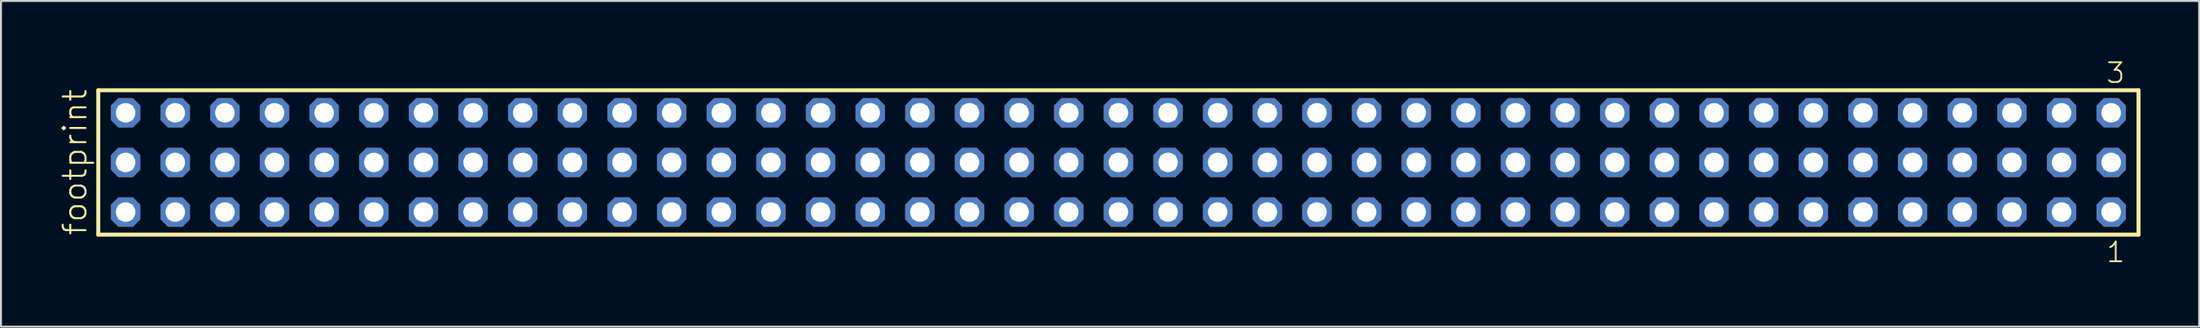
<source format=kicad_pcb>
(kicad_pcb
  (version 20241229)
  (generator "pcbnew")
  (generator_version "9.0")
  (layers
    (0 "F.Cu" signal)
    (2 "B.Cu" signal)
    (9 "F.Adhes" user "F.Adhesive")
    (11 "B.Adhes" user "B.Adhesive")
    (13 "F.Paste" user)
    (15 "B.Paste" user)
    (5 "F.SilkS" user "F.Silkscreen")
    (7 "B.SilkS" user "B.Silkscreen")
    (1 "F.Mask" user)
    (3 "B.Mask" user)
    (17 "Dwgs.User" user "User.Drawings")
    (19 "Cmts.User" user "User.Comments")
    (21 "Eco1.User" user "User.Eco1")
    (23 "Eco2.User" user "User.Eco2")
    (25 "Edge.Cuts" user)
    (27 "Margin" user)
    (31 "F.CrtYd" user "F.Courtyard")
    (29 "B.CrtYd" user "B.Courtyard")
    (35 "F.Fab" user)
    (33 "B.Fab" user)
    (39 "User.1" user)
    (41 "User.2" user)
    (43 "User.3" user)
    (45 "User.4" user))
  (footprint "footprint"
    (layer "F.Cu")
    (at 54.178 5.265)
    (property "Reference" "footprint" (at -52.705 3.81 90) (layer "F.SilkS") (effects (font (size 1.168 1.168) (thickness 0.102)) (justify left bottom)))
    (fp_line (start -52.199 -3.695) (end 52.199 -3.695) (stroke (width 0.203) (type solid)) (layer "F.SilkS"))
    (fp_line (start -52.199 3.695) (end -52.199 -3.695) (stroke (width 0.203) (type solid)) (layer "F.SilkS"))
    (fp_line (start 52.199 -3.695) (end 52.199 3.695) (stroke (width 0.203) (type solid)) (layer "F.SilkS"))
    (fp_line (start 52.199 3.695) (end -52.199 3.695) (stroke (width 0.203) (type solid)) (layer "F.SilkS"))
    (fp_poly (pts (xy -51.15 -2.19) (xy -50.45 -2.19) (xy -50.45 -2.89) (xy -51.15 -2.89)) (stroke (width 0.1) (type solid)) (fill no) (layer "F.Fab"))
    (fp_poly (pts (xy -51.15 0.35) (xy -50.45 0.35) (xy -50.45 -0.35) (xy -51.15 -0.35)) (stroke (width 0.1) (type solid)) (fill no) (layer "F.Fab"))
    (fp_poly (pts (xy -51.15 2.89) (xy -50.45 2.89) (xy -50.45 2.19) (xy -51.15 2.19)) (stroke (width 0.1) (type solid)) (fill no) (layer "F.Fab"))
    (fp_poly (pts (xy -48.61 -2.19) (xy -47.91 -2.19) (xy -47.91 -2.89) (xy -48.61 -2.89)) (stroke (width 0.1) (type solid)) (fill no) (layer "F.Fab"))
    (fp_poly (pts (xy -48.61 0.35) (xy -47.91 0.35) (xy -47.91 -0.35) (xy -48.61 -0.35)) (stroke (width 0.1) (type solid)) (fill no) (layer "F.Fab"))
    (fp_poly (pts (xy -48.61 2.89) (xy -47.91 2.89) (xy -47.91 2.19) (xy -48.61 2.19)) (stroke (width 0.1) (type solid)) (fill no) (layer "F.Fab"))
    (fp_poly (pts (xy -46.07 -2.19) (xy -45.37 -2.19) (xy -45.37 -2.89) (xy -46.07 -2.89)) (stroke (width 0.1) (type solid)) (fill no) (layer "F.Fab"))
    (fp_poly (pts (xy -46.07 0.35) (xy -45.37 0.35) (xy -45.37 -0.35) (xy -46.07 -0.35)) (stroke (width 0.1) (type solid)) (fill no) (layer "F.Fab"))
    (fp_poly (pts (xy -46.07 2.89) (xy -45.37 2.89) (xy -45.37 2.19) (xy -46.07 2.19)) (stroke (width 0.1) (type solid)) (fill no) (layer "F.Fab"))
    (fp_poly (pts (xy -43.53 -2.19) (xy -42.83 -2.19) (xy -42.83 -2.89) (xy -43.53 -2.89)) (stroke (width 0.1) (type solid)) (fill no) (layer "F.Fab"))
    (fp_poly (pts (xy -43.53 0.35) (xy -42.83 0.35) (xy -42.83 -0.35) (xy -43.53 -0.35)) (stroke (width 0.1) (type solid)) (fill no) (layer "F.Fab"))
    (fp_poly (pts (xy -43.53 2.89) (xy -42.83 2.89) (xy -42.83 2.19) (xy -43.53 2.19)) (stroke (width 0.1) (type solid)) (fill no) (layer "F.Fab"))
    (fp_poly (pts (xy -40.99 -2.19) (xy -40.29 -2.19) (xy -40.29 -2.89) (xy -40.99 -2.89)) (stroke (width 0.1) (type solid)) (fill no) (layer "F.Fab"))
    (fp_poly (pts (xy -40.99 0.35) (xy -40.29 0.35) (xy -40.29 -0.35) (xy -40.99 -0.35)) (stroke (width 0.1) (type solid)) (fill no) (layer "F.Fab"))
    (fp_poly (pts (xy -40.99 2.89) (xy -40.29 2.89) (xy -40.29 2.19) (xy -40.99 2.19)) (stroke (width 0.1) (type solid)) (fill no) (layer "F.Fab"))
    (fp_poly (pts (xy -38.45 -2.19) (xy -37.75 -2.19) (xy -37.75 -2.89) (xy -38.45 -2.89)) (stroke (width 0.1) (type solid)) (fill no) (layer "F.Fab"))
    (fp_poly (pts (xy -38.45 0.35) (xy -37.75 0.35) (xy -37.75 -0.35) (xy -38.45 -0.35)) (stroke (width 0.1) (type solid)) (fill no) (layer "F.Fab"))
    (fp_poly (pts (xy -38.45 2.89) (xy -37.75 2.89) (xy -37.75 2.19) (xy -38.45 2.19)) (stroke (width 0.1) (type solid)) (fill no) (layer "F.Fab"))
    (fp_poly (pts (xy -35.91 -2.19) (xy -35.21 -2.19) (xy -35.21 -2.89) (xy -35.91 -2.89)) (stroke (width 0.1) (type solid)) (fill no) (layer "F.Fab"))
    (fp_poly (pts (xy -35.91 0.35) (xy -35.21 0.35) (xy -35.21 -0.35) (xy -35.91 -0.35)) (stroke (width 0.1) (type solid)) (fill no) (layer "F.Fab"))
    (fp_poly (pts (xy -35.91 2.89) (xy -35.21 2.89) (xy -35.21 2.19) (xy -35.91 2.19)) (stroke (width 0.1) (type solid)) (fill no) (layer "F.Fab"))
    (fp_poly (pts (xy -33.37 -2.19) (xy -32.67 -2.19) (xy -32.67 -2.89) (xy -33.37 -2.89)) (stroke (width 0.1) (type solid)) (fill no) (layer "F.Fab"))
    (fp_poly (pts (xy -33.37 0.35) (xy -32.67 0.35) (xy -32.67 -0.35) (xy -33.37 -0.35)) (stroke (width 0.1) (type solid)) (fill no) (layer "F.Fab"))
    (fp_poly (pts (xy -33.37 2.89) (xy -32.67 2.89) (xy -32.67 2.19) (xy -33.37 2.19)) (stroke (width 0.1) (type solid)) (fill no) (layer "F.Fab"))
    (fp_poly (pts (xy -30.83 -2.19) (xy -30.13 -2.19) (xy -30.13 -2.89) (xy -30.83 -2.89)) (stroke (width 0.1) (type solid)) (fill no) (layer "F.Fab"))
    (fp_poly (pts (xy -30.83 0.35) (xy -30.13 0.35) (xy -30.13 -0.35) (xy -30.83 -0.35)) (stroke (width 0.1) (type solid)) (fill no) (layer "F.Fab"))
    (fp_poly (pts (xy -30.83 2.89) (xy -30.13 2.89) (xy -30.13 2.19) (xy -30.83 2.19)) (stroke (width 0.1) (type solid)) (fill no) (layer "F.Fab"))
    (fp_poly (pts (xy -28.29 -2.19) (xy -27.59 -2.19) (xy -27.59 -2.89) (xy -28.29 -2.89)) (stroke (width 0.1) (type solid)) (fill no) (layer "F.Fab"))
    (fp_poly (pts (xy -28.29 0.35) (xy -27.59 0.35) (xy -27.59 -0.35) (xy -28.29 -0.35)) (stroke (width 0.1) (type solid)) (fill no) (layer "F.Fab"))
    (fp_poly (pts (xy -28.29 2.89) (xy -27.59 2.89) (xy -27.59 2.19) (xy -28.29 2.19)) (stroke (width 0.1) (type solid)) (fill no) (layer "F.Fab"))
    (fp_poly (pts (xy -25.75 -2.19) (xy -25.05 -2.19) (xy -25.05 -2.89) (xy -25.75 -2.89)) (stroke (width 0.1) (type solid)) (fill no) (layer "F.Fab"))
    (fp_poly (pts (xy -25.75 0.35) (xy -25.05 0.35) (xy -25.05 -0.35) (xy -25.75 -0.35)) (stroke (width 0.1) (type solid)) (fill no) (layer "F.Fab"))
    (fp_poly (pts (xy -25.75 2.89) (xy -25.05 2.89) (xy -25.05 2.19) (xy -25.75 2.19)) (stroke (width 0.1) (type solid)) (fill no) (layer "F.Fab"))
    (fp_poly (pts (xy -23.21 -2.19) (xy -22.51 -2.19) (xy -22.51 -2.89) (xy -23.21 -2.89)) (stroke (width 0.1) (type solid)) (fill no) (layer "F.Fab"))
    (fp_poly (pts (xy -23.21 0.35) (xy -22.51 0.35) (xy -22.51 -0.35) (xy -23.21 -0.35)) (stroke (width 0.1) (type solid)) (fill no) (layer "F.Fab"))
    (fp_poly (pts (xy -23.21 2.89) (xy -22.51 2.89) (xy -22.51 2.19) (xy -23.21 2.19)) (stroke (width 0.1) (type solid)) (fill no) (layer "F.Fab"))
    (fp_poly (pts (xy -20.67 -2.19) (xy -19.97 -2.19) (xy -19.97 -2.89) (xy -20.67 -2.89)) (stroke (width 0.1) (type solid)) (fill no) (layer "F.Fab"))
    (fp_poly (pts (xy -20.67 0.35) (xy -19.97 0.35) (xy -19.97 -0.35) (xy -20.67 -0.35)) (stroke (width 0.1) (type solid)) (fill no) (layer "F.Fab"))
    (fp_poly (pts (xy -20.67 2.89) (xy -19.97 2.89) (xy -19.97 2.19) (xy -20.67 2.19)) (stroke (width 0.1) (type solid)) (fill no) (layer "F.Fab"))
    (fp_poly (pts (xy -18.13 -2.19) (xy -17.43 -2.19) (xy -17.43 -2.89) (xy -18.13 -2.89)) (stroke (width 0.1) (type solid)) (fill no) (layer "F.Fab"))
    (fp_poly (pts (xy -18.13 0.35) (xy -17.43 0.35) (xy -17.43 -0.35) (xy -18.13 -0.35)) (stroke (width 0.1) (type solid)) (fill no) (layer "F.Fab"))
    (fp_poly (pts (xy -18.13 2.89) (xy -17.43 2.89) (xy -17.43 2.19) (xy -18.13 2.19)) (stroke (width 0.1) (type solid)) (fill no) (layer "F.Fab"))
    (fp_poly (pts (xy -15.59 -2.19) (xy -14.89 -2.19) (xy -14.89 -2.89) (xy -15.59 -2.89)) (stroke (width 0.1) (type solid)) (fill no) (layer "F.Fab"))
    (fp_poly (pts (xy -15.59 0.35) (xy -14.89 0.35) (xy -14.89 -0.35) (xy -15.59 -0.35)) (stroke (width 0.1) (type solid)) (fill no) (layer "F.Fab"))
    (fp_poly (pts (xy -15.59 2.89) (xy -14.89 2.89) (xy -14.89 2.19) (xy -15.59 2.19)) (stroke (width 0.1) (type solid)) (fill no) (layer "F.Fab"))
    (fp_poly (pts (xy -13.05 -2.19) (xy -12.35 -2.19) (xy -12.35 -2.89) (xy -13.05 -2.89)) (stroke (width 0.1) (type solid)) (fill no) (layer "F.Fab"))
    (fp_poly (pts (xy -13.05 0.35) (xy -12.35 0.35) (xy -12.35 -0.35) (xy -13.05 -0.35)) (stroke (width 0.1) (type solid)) (fill no) (layer "F.Fab"))
    (fp_poly (pts (xy -13.05 2.89) (xy -12.35 2.89) (xy -12.35 2.19) (xy -13.05 2.19)) (stroke (width 0.1) (type solid)) (fill no) (layer "F.Fab"))
    (fp_poly (pts (xy -10.51 -2.19) (xy -9.81 -2.19) (xy -9.81 -2.89) (xy -10.51 -2.89)) (stroke (width 0.1) (type solid)) (fill no) (layer "F.Fab"))
    (fp_poly (pts (xy -10.51 0.35) (xy -9.81 0.35) (xy -9.81 -0.35) (xy -10.51 -0.35)) (stroke (width 0.1) (type solid)) (fill no) (layer "F.Fab"))
    (fp_poly (pts (xy -10.51 2.89) (xy -9.81 2.89) (xy -9.81 2.19) (xy -10.51 2.19)) (stroke (width 0.1) (type solid)) (fill no) (layer "F.Fab"))
    (fp_poly (pts (xy -7.97 -2.19) (xy -7.27 -2.19) (xy -7.27 -2.89) (xy -7.97 -2.89)) (stroke (width 0.1) (type solid)) (fill no) (layer "F.Fab"))
    (fp_poly (pts (xy -7.97 0.35) (xy -7.27 0.35) (xy -7.27 -0.35) (xy -7.97 -0.35)) (stroke (width 0.1) (type solid)) (fill no) (layer "F.Fab"))
    (fp_poly (pts (xy -7.97 2.89) (xy -7.27 2.89) (xy -7.27 2.19) (xy -7.97 2.19)) (stroke (width 0.1) (type solid)) (fill no) (layer "F.Fab"))
    (fp_poly (pts (xy -5.43 -2.19) (xy -4.73 -2.19) (xy -4.73 -2.89) (xy -5.43 -2.89)) (stroke (width 0.1) (type solid)) (fill no) (layer "F.Fab"))
    (fp_poly (pts (xy -5.43 0.35) (xy -4.73 0.35) (xy -4.73 -0.35) (xy -5.43 -0.35)) (stroke (width 0.1) (type solid)) (fill no) (layer "F.Fab"))
    (fp_poly (pts (xy -5.43 2.89) (xy -4.73 2.89) (xy -4.73 2.19) (xy -5.43 2.19)) (stroke (width 0.1) (type solid)) (fill no) (layer "F.Fab"))
    (fp_poly (pts (xy -2.89 -2.19) (xy -2.19 -2.19) (xy -2.19 -2.89) (xy -2.89 -2.89)) (stroke (width 0.1) (type solid)) (fill no) (layer "F.Fab"))
    (fp_poly (pts (xy -2.89 0.35) (xy -2.19 0.35) (xy -2.19 -0.35) (xy -2.89 -0.35)) (stroke (width 0.1) (type solid)) (fill no) (layer "F.Fab"))
    (fp_poly (pts (xy -2.89 2.89) (xy -2.19 2.89) (xy -2.19 2.19) (xy -2.89 2.19)) (stroke (width 0.1) (type solid)) (fill no) (layer "F.Fab"))
    (fp_poly (pts (xy -0.35 -2.19) (xy 0.35 -2.19) (xy 0.35 -2.89) (xy -0.35 -2.89)) (stroke (width 0.1) (type solid)) (fill no) (layer "F.Fab"))
    (fp_poly (pts (xy -0.35 0.35) (xy 0.35 0.35) (xy 0.35 -0.35) (xy -0.35 -0.35)) (stroke (width 0.1) (type solid)) (fill no) (layer "F.Fab"))
    (fp_poly (pts (xy -0.35 2.89) (xy 0.35 2.89) (xy 0.35 2.19) (xy -0.35 2.19)) (stroke (width 0.1) (type solid)) (fill no) (layer "F.Fab"))
    (fp_poly (pts (xy 2.19 -2.19) (xy 2.89 -2.19) (xy 2.89 -2.89) (xy 2.19 -2.89)) (stroke (width 0.1) (type solid)) (fill no) (layer "F.Fab"))
    (fp_poly (pts (xy 2.19 0.35) (xy 2.89 0.35) (xy 2.89 -0.35) (xy 2.19 -0.35)) (stroke (width 0.1) (type solid)) (fill no) (layer "F.Fab"))
    (fp_poly (pts (xy 2.19 2.89) (xy 2.89 2.89) (xy 2.89 2.19) (xy 2.19 2.19)) (stroke (width 0.1) (type solid)) (fill no) (layer "F.Fab"))
    (fp_poly (pts (xy 4.73 -2.19) (xy 5.43 -2.19) (xy 5.43 -2.89) (xy 4.73 -2.89)) (stroke (width 0.1) (type solid)) (fill no) (layer "F.Fab"))
    (fp_poly (pts (xy 4.73 0.35) (xy 5.43 0.35) (xy 5.43 -0.35) (xy 4.73 -0.35)) (stroke (width 0.1) (type solid)) (fill no) (layer "F.Fab"))
    (fp_poly (pts (xy 4.73 2.89) (xy 5.43 2.89) (xy 5.43 2.19) (xy 4.73 2.19)) (stroke (width 0.1) (type solid)) (fill no) (layer "F.Fab"))
    (fp_poly (pts (xy 7.27 -2.19) (xy 7.97 -2.19) (xy 7.97 -2.89) (xy 7.27 -2.89)) (stroke (width 0.1) (type solid)) (fill no) (layer "F.Fab"))
    (fp_poly (pts (xy 7.27 0.35) (xy 7.97 0.35) (xy 7.97 -0.35) (xy 7.27 -0.35)) (stroke (width 0.1) (type solid)) (fill no) (layer "F.Fab"))
    (fp_poly (pts (xy 7.27 2.89) (xy 7.97 2.89) (xy 7.97 2.19) (xy 7.27 2.19)) (stroke (width 0.1) (type solid)) (fill no) (layer "F.Fab"))
    (fp_poly (pts (xy 9.81 -2.19) (xy 10.51 -2.19) (xy 10.51 -2.89) (xy 9.81 -2.89)) (stroke (width 0.1) (type solid)) (fill no) (layer "F.Fab"))
    (fp_poly (pts (xy 9.81 0.35) (xy 10.51 0.35) (xy 10.51 -0.35) (xy 9.81 -0.35)) (stroke (width 0.1) (type solid)) (fill no) (layer "F.Fab"))
    (fp_poly (pts (xy 9.81 2.89) (xy 10.51 2.89) (xy 10.51 2.19) (xy 9.81 2.19)) (stroke (width 0.1) (type solid)) (fill no) (layer "F.Fab"))
    (fp_poly (pts (xy 12.35 -2.19) (xy 13.05 -2.19) (xy 13.05 -2.89) (xy 12.35 -2.89)) (stroke (width 0.1) (type solid)) (fill no) (layer "F.Fab"))
    (fp_poly (pts (xy 12.35 0.35) (xy 13.05 0.35) (xy 13.05 -0.35) (xy 12.35 -0.35)) (stroke (width 0.1) (type solid)) (fill no) (layer "F.Fab"))
    (fp_poly (pts (xy 12.35 2.89) (xy 13.05 2.89) (xy 13.05 2.19) (xy 12.35 2.19)) (stroke (width 0.1) (type solid)) (fill no) (layer "F.Fab"))
    (fp_poly (pts (xy 14.89 -2.19) (xy 15.59 -2.19) (xy 15.59 -2.89) (xy 14.89 -2.89)) (stroke (width 0.1) (type solid)) (fill no) (layer "F.Fab"))
    (fp_poly (pts (xy 14.89 0.35) (xy 15.59 0.35) (xy 15.59 -0.35) (xy 14.89 -0.35)) (stroke (width 0.1) (type solid)) (fill no) (layer "F.Fab"))
    (fp_poly (pts (xy 14.89 2.89) (xy 15.59 2.89) (xy 15.59 2.19) (xy 14.89 2.19)) (stroke (width 0.1) (type solid)) (fill no) (layer "F.Fab"))
    (fp_poly (pts (xy 17.43 -2.19) (xy 18.13 -2.19) (xy 18.13 -2.89) (xy 17.43 -2.89)) (stroke (width 0.1) (type solid)) (fill no) (layer "F.Fab"))
    (fp_poly (pts (xy 17.43 0.35) (xy 18.13 0.35) (xy 18.13 -0.35) (xy 17.43 -0.35)) (stroke (width 0.1) (type solid)) (fill no) (layer "F.Fab"))
    (fp_poly (pts (xy 17.43 2.89) (xy 18.13 2.89) (xy 18.13 2.19) (xy 17.43 2.19)) (stroke (width 0.1) (type solid)) (fill no) (layer "F.Fab"))
    (fp_poly (pts (xy 19.97 -2.19) (xy 20.67 -2.19) (xy 20.67 -2.89) (xy 19.97 -2.89)) (stroke (width 0.1) (type solid)) (fill no) (layer "F.Fab"))
    (fp_poly (pts (xy 19.97 0.35) (xy 20.67 0.35) (xy 20.67 -0.35) (xy 19.97 -0.35)) (stroke (width 0.1) (type solid)) (fill no) (layer "F.Fab"))
    (fp_poly (pts (xy 19.97 2.89) (xy 20.67 2.89) (xy 20.67 2.19) (xy 19.97 2.19)) (stroke (width 0.1) (type solid)) (fill no) (layer "F.Fab"))
    (fp_poly (pts (xy 22.51 -2.19) (xy 23.21 -2.19) (xy 23.21 -2.89) (xy 22.51 -2.89)) (stroke (width 0.1) (type solid)) (fill no) (layer "F.Fab"))
    (fp_poly (pts (xy 22.51 0.35) (xy 23.21 0.35) (xy 23.21 -0.35) (xy 22.51 -0.35)) (stroke (width 0.1) (type solid)) (fill no) (layer "F.Fab"))
    (fp_poly (pts (xy 22.51 2.89) (xy 23.21 2.89) (xy 23.21 2.19) (xy 22.51 2.19)) (stroke (width 0.1) (type solid)) (fill no) (layer "F.Fab"))
    (fp_poly (pts (xy 25.05 -2.19) (xy 25.75 -2.19) (xy 25.75 -2.89) (xy 25.05 -2.89)) (stroke (width 0.1) (type solid)) (fill no) (layer "F.Fab"))
    (fp_poly (pts (xy 25.05 0.35) (xy 25.75 0.35) (xy 25.75 -0.35) (xy 25.05 -0.35)) (stroke (width 0.1) (type solid)) (fill no) (layer "F.Fab"))
    (fp_poly (pts (xy 25.05 2.89) (xy 25.75 2.89) (xy 25.75 2.19) (xy 25.05 2.19)) (stroke (width 0.1) (type solid)) (fill no) (layer "F.Fab"))
    (fp_poly (pts (xy 27.59 -2.19) (xy 28.29 -2.19) (xy 28.29 -2.89) (xy 27.59 -2.89)) (stroke (width 0.1) (type solid)) (fill no) (layer "F.Fab"))
    (fp_poly (pts (xy 27.59 0.35) (xy 28.29 0.35) (xy 28.29 -0.35) (xy 27.59 -0.35)) (stroke (width 0.1) (type solid)) (fill no) (layer "F.Fab"))
    (fp_poly (pts (xy 27.59 2.89) (xy 28.29 2.89) (xy 28.29 2.19) (xy 27.59 2.19)) (stroke (width 0.1) (type solid)) (fill no) (layer "F.Fab"))
    (fp_poly (pts (xy 30.13 -2.19) (xy 30.83 -2.19) (xy 30.83 -2.89) (xy 30.13 -2.89)) (stroke (width 0.1) (type solid)) (fill no) (layer "F.Fab"))
    (fp_poly (pts (xy 30.13 0.35) (xy 30.83 0.35) (xy 30.83 -0.35) (xy 30.13 -0.35)) (stroke (width 0.1) (type solid)) (fill no) (layer "F.Fab"))
    (fp_poly (pts (xy 30.13 2.89) (xy 30.83 2.89) (xy 30.83 2.19) (xy 30.13 2.19)) (stroke (width 0.1) (type solid)) (fill no) (layer "F.Fab"))
    (fp_poly (pts (xy 32.67 -2.19) (xy 33.37 -2.19) (xy 33.37 -2.89) (xy 32.67 -2.89)) (stroke (width 0.1) (type solid)) (fill no) (layer "F.Fab"))
    (fp_poly (pts (xy 32.67 0.35) (xy 33.37 0.35) (xy 33.37 -0.35) (xy 32.67 -0.35)) (stroke (width 0.1) (type solid)) (fill no) (layer "F.Fab"))
    (fp_poly (pts (xy 32.67 2.89) (xy 33.37 2.89) (xy 33.37 2.19) (xy 32.67 2.19)) (stroke (width 0.1) (type solid)) (fill no) (layer "F.Fab"))
    (fp_poly (pts (xy 35.21 -2.19) (xy 35.91 -2.19) (xy 35.91 -2.89) (xy 35.21 -2.89)) (stroke (width 0.1) (type solid)) (fill no) (layer "F.Fab"))
    (fp_poly (pts (xy 35.21 0.35) (xy 35.91 0.35) (xy 35.91 -0.35) (xy 35.21 -0.35)) (stroke (width 0.1) (type solid)) (fill no) (layer "F.Fab"))
    (fp_poly (pts (xy 35.21 2.89) (xy 35.91 2.89) (xy 35.91 2.19) (xy 35.21 2.19)) (stroke (width 0.1) (type solid)) (fill no) (layer "F.Fab"))
    (fp_poly (pts (xy 37.75 -2.19) (xy 38.45 -2.19) (xy 38.45 -2.89) (xy 37.75 -2.89)) (stroke (width 0.1) (type solid)) (fill no) (layer "F.Fab"))
    (fp_poly (pts (xy 37.75 0.35) (xy 38.45 0.35) (xy 38.45 -0.35) (xy 37.75 -0.35)) (stroke (width 0.1) (type solid)) (fill no) (layer "F.Fab"))
    (fp_poly (pts (xy 37.75 2.89) (xy 38.45 2.89) (xy 38.45 2.19) (xy 37.75 2.19)) (stroke (width 0.1) (type solid)) (fill no) (layer "F.Fab"))
    (fp_poly (pts (xy 40.29 -2.19) (xy 40.99 -2.19) (xy 40.99 -2.89) (xy 40.29 -2.89)) (stroke (width 0.1) (type solid)) (fill no) (layer "F.Fab"))
    (fp_poly (pts (xy 40.29 0.35) (xy 40.99 0.35) (xy 40.99 -0.35) (xy 40.29 -0.35)) (stroke (width 0.1) (type solid)) (fill no) (layer "F.Fab"))
    (fp_poly (pts (xy 40.29 2.89) (xy 40.99 2.89) (xy 40.99 2.19) (xy 40.29 2.19)) (stroke (width 0.1) (type solid)) (fill no) (layer "F.Fab"))
    (fp_poly (pts (xy 42.83 -2.19) (xy 43.53 -2.19) (xy 43.53 -2.89) (xy 42.83 -2.89)) (stroke (width 0.1) (type solid)) (fill no) (layer "F.Fab"))
    (fp_poly (pts (xy 42.83 0.35) (xy 43.53 0.35) (xy 43.53 -0.35) (xy 42.83 -0.35)) (stroke (width 0.1) (type solid)) (fill no) (layer "F.Fab"))
    (fp_poly (pts (xy 42.83 2.89) (xy 43.53 2.89) (xy 43.53 2.19) (xy 42.83 2.19)) (stroke (width 0.1) (type solid)) (fill no) (layer "F.Fab"))
    (fp_poly (pts (xy 45.37 -2.19) (xy 46.07 -2.19) (xy 46.07 -2.89) (xy 45.37 -2.89)) (stroke (width 0.1) (type solid)) (fill no) (layer "F.Fab"))
    (fp_poly (pts (xy 45.37 0.35) (xy 46.07 0.35) (xy 46.07 -0.35) (xy 45.37 -0.35)) (stroke (width 0.1) (type solid)) (fill no) (layer "F.Fab"))
    (fp_poly (pts (xy 45.37 2.89) (xy 46.07 2.89) (xy 46.07 2.19) (xy 45.37 2.19)) (stroke (width 0.1) (type solid)) (fill no) (layer "F.Fab"))
    (fp_poly (pts (xy 47.91 -2.19) (xy 48.61 -2.19) (xy 48.61 -2.89) (xy 47.91 -2.89)) (stroke (width 0.1) (type solid)) (fill no) (layer "F.Fab"))
    (fp_poly (pts (xy 47.91 0.35) (xy 48.61 0.35) (xy 48.61 -0.35) (xy 47.91 -0.35)) (stroke (width 0.1) (type solid)) (fill no) (layer "F.Fab"))
    (fp_poly (pts (xy 47.91 2.89) (xy 48.61 2.89) (xy 48.61 2.19) (xy 47.91 2.19)) (stroke (width 0.1) (type solid)) (fill no) (layer "F.Fab"))
    (fp_poly (pts (xy 50.45 -2.19) (xy 51.15 -2.19) (xy 51.15 -2.89) (xy 50.45 -2.89)) (stroke (width 0.1) (type solid)) (fill no) (layer "F.Fab"))
    (fp_poly (pts (xy 50.45 0.35) (xy 51.15 0.35) (xy 51.15 -0.35) (xy 50.45 -0.35)) (stroke (width 0.1) (type solid)) (fill no) (layer "F.Fab"))
    (fp_poly (pts (xy 50.45 2.89) (xy 51.15 2.89) (xy 51.15 2.19) (xy 50.45 2.19)) (stroke (width 0.1) (type solid)) (fill no) (layer "F.Fab"))
    (fp_text user "1" (at 50.492 5.188 0) (layer "F.SilkS") (effects (font (size 1.012 1.012) (thickness 0.088)) (justify left bottom)))
    (fp_text user "3" (at 50.488 -3.989 0) (layer "F.SilkS") (effects (font (size 1.012 1.012) (thickness 0.088)) (justify left bottom)))
    (pad "1" thru_hole roundrect (at 50.8 2.54 180) (size 1.5 1.5) (drill 1) (layers "*.Cu" "*.Mask") (roundrect_rratio 0.25) (chamfer_ratio 0.25) (chamfer top_left top_right bottom_left bottom_right))
    (pad "2" thru_hole roundrect (at 50.8 0 180) (size 1.5 1.5) (drill 1) (layers "*.Cu" "*.Mask") (roundrect_rratio 0.25) (chamfer_ratio 0.25) (chamfer top_left top_right bottom_left bottom_right))
    (pad "3" thru_hole roundrect (at 50.8 -2.54 180) (size 1.5 1.5) (drill 1) (layers "*.Cu" "*.Mask") (roundrect_rratio 0.25) (chamfer_ratio 0.25) (chamfer top_left top_right bottom_left bottom_right))
    (pad "4" thru_hole roundrect (at 48.26 2.54 180) (size 1.5 1.5) (drill 1) (layers "*.Cu" "*.Mask") (roundrect_rratio 0.25) (chamfer_ratio 0.25) (chamfer top_left top_right bottom_left bottom_right))
    (pad "5" thru_hole roundrect (at 48.26 0 180) (size 1.5 1.5) (drill 1) (layers "*.Cu" "*.Mask") (roundrect_rratio 0.25) (chamfer_ratio 0.25) (chamfer top_left top_right bottom_left bottom_right))
    (pad "6" thru_hole roundrect (at 48.26 -2.54 180) (size 1.5 1.5) (drill 1) (layers "*.Cu" "*.Mask") (roundrect_rratio 0.25) (chamfer_ratio 0.25) (chamfer top_left top_right bottom_left bottom_right))
    (pad "7" thru_hole roundrect (at 45.72 2.54 180) (size 1.5 1.5) (drill 1) (layers "*.Cu" "*.Mask") (roundrect_rratio 0.25) (chamfer_ratio 0.25) (chamfer top_left top_right bottom_left bottom_right))
    (pad "8" thru_hole roundrect (at 45.72 0 180) (size 1.5 1.5) (drill 1) (layers "*.Cu" "*.Mask") (roundrect_rratio 0.25) (chamfer_ratio 0.25) (chamfer top_left top_right bottom_left bottom_right))
    (pad "9" thru_hole roundrect (at 45.72 -2.54 180) (size 1.5 1.5) (drill 1) (layers "*.Cu" "*.Mask") (roundrect_rratio 0.25) (chamfer_ratio 0.25) (chamfer top_left top_right bottom_left bottom_right))
    (pad "10" thru_hole roundrect (at 43.18 2.54 180) (size 1.5 1.5) (drill 1) (layers "*.Cu" "*.Mask") (roundrect_rratio 0.25) (chamfer_ratio 0.25) (chamfer top_left top_right bottom_left bottom_right))
    (pad "11" thru_hole roundrect (at 43.18 0 180) (size 1.5 1.5) (drill 1) (layers "*.Cu" "*.Mask") (roundrect_rratio 0.25) (chamfer_ratio 0.25) (chamfer top_left top_right bottom_left bottom_right))
    (pad "12" thru_hole roundrect (at 43.18 -2.54 180) (size 1.5 1.5) (drill 1) (layers "*.Cu" "*.Mask") (roundrect_rratio 0.25) (chamfer_ratio 0.25) (chamfer top_left top_right bottom_left bottom_right))
    (pad "13" thru_hole roundrect (at 40.64 2.54 180) (size 1.5 1.5) (drill 1) (layers "*.Cu" "*.Mask") (roundrect_rratio 0.25) (chamfer_ratio 0.25) (chamfer top_left top_right bottom_left bottom_right))
    (pad "14" thru_hole roundrect (at 40.64 0 180) (size 1.5 1.5) (drill 1) (layers "*.Cu" "*.Mask") (roundrect_rratio 0.25) (chamfer_ratio 0.25) (chamfer top_left top_right bottom_left bottom_right))
    (pad "15" thru_hole roundrect (at 40.64 -2.54 180) (size 1.5 1.5) (drill 1) (layers "*.Cu" "*.Mask") (roundrect_rratio 0.25) (chamfer_ratio 0.25) (chamfer top_left top_right bottom_left bottom_right))
    (pad "16" thru_hole roundrect (at 38.1 2.54 180) (size 1.5 1.5) (drill 1) (layers "*.Cu" "*.Mask") (roundrect_rratio 0.25) (chamfer_ratio 0.25) (chamfer top_left top_right bottom_left bottom_right))
    (pad "17" thru_hole roundrect (at 38.1 0 180) (size 1.5 1.5) (drill 1) (layers "*.Cu" "*.Mask") (roundrect_rratio 0.25) (chamfer_ratio 0.25) (chamfer top_left top_right bottom_left bottom_right))
    (pad "18" thru_hole roundrect (at 38.1 -2.54 180) (size 1.5 1.5) (drill 1) (layers "*.Cu" "*.Mask") (roundrect_rratio 0.25) (chamfer_ratio 0.25) (chamfer top_left top_right bottom_left bottom_right))
    (pad "19" thru_hole roundrect (at 35.56 2.54 180) (size 1.5 1.5) (drill 1) (layers "*.Cu" "*.Mask") (roundrect_rratio 0.25) (chamfer_ratio 0.25) (chamfer top_left top_right bottom_left bottom_right))
    (pad "20" thru_hole roundrect (at 35.56 0 180) (size 1.5 1.5) (drill 1) (layers "*.Cu" "*.Mask") (roundrect_rratio 0.25) (chamfer_ratio 0.25) (chamfer top_left top_right bottom_left bottom_right))
    (pad "21" thru_hole roundrect (at 35.56 -2.54 180) (size 1.5 1.5) (drill 1) (layers "*.Cu" "*.Mask") (roundrect_rratio 0.25) (chamfer_ratio 0.25) (chamfer top_left top_right bottom_left bottom_right))
    (pad "22" thru_hole roundrect (at 33.02 2.54 180) (size 1.5 1.5) (drill 1) (layers "*.Cu" "*.Mask") (roundrect_rratio 0.25) (chamfer_ratio 0.25) (chamfer top_left top_right bottom_left bottom_right))
    (pad "23" thru_hole roundrect (at 33.02 0 180) (size 1.5 1.5) (drill 1) (layers "*.Cu" "*.Mask") (roundrect_rratio 0.25) (chamfer_ratio 0.25) (chamfer top_left top_right bottom_left bottom_right))
    (pad "24" thru_hole roundrect (at 33.02 -2.54 180) (size 1.5 1.5) (drill 1) (layers "*.Cu" "*.Mask") (roundrect_rratio 0.25) (chamfer_ratio 0.25) (chamfer top_left top_right bottom_left bottom_right))
    (pad "25" thru_hole roundrect (at 30.48 2.54 180) (size 1.5 1.5) (drill 1) (layers "*.Cu" "*.Mask") (roundrect_rratio 0.25) (chamfer_ratio 0.25) (chamfer top_left top_right bottom_left bottom_right))
    (pad "26" thru_hole roundrect (at 30.48 0 180) (size 1.5 1.5) (drill 1) (layers "*.Cu" "*.Mask") (roundrect_rratio 0.25) (chamfer_ratio 0.25) (chamfer top_left top_right bottom_left bottom_right))
    (pad "27" thru_hole roundrect (at 30.48 -2.54 180) (size 1.5 1.5) (drill 1) (layers "*.Cu" "*.Mask") (roundrect_rratio 0.25) (chamfer_ratio 0.25) (chamfer top_left top_right bottom_left bottom_right))
    (pad "28" thru_hole roundrect (at 27.94 2.54 180) (size 1.5 1.5) (drill 1) (layers "*.Cu" "*.Mask") (roundrect_rratio 0.25) (chamfer_ratio 0.25) (chamfer top_left top_right bottom_left bottom_right))
    (pad "29" thru_hole roundrect (at 27.94 0 180) (size 1.5 1.5) (drill 1) (layers "*.Cu" "*.Mask") (roundrect_rratio 0.25) (chamfer_ratio 0.25) (chamfer top_left top_right bottom_left bottom_right))
    (pad "30" thru_hole roundrect (at 27.94 -2.54 180) (size 1.5 1.5) (drill 1) (layers "*.Cu" "*.Mask") (roundrect_rratio 0.25) (chamfer_ratio 0.25) (chamfer top_left top_right bottom_left bottom_right))
    (pad "31" thru_hole roundrect (at 25.4 2.54 180) (size 1.5 1.5) (drill 1) (layers "*.Cu" "*.Mask") (roundrect_rratio 0.25) (chamfer_ratio 0.25) (chamfer top_left top_right bottom_left bottom_right))
    (pad "32" thru_hole roundrect (at 25.4 0 180) (size 1.5 1.5) (drill 1) (layers "*.Cu" "*.Mask") (roundrect_rratio 0.25) (chamfer_ratio 0.25) (chamfer top_left top_right bottom_left bottom_right))
    (pad "33" thru_hole roundrect (at 25.4 -2.54 180) (size 1.5 1.5) (drill 1) (layers "*.Cu" "*.Mask") (roundrect_rratio 0.25) (chamfer_ratio 0.25) (chamfer top_left top_right bottom_left bottom_right))
    (pad "34" thru_hole roundrect (at 22.86 2.54 180) (size 1.5 1.5) (drill 1) (layers "*.Cu" "*.Mask") (roundrect_rratio 0.25) (chamfer_ratio 0.25) (chamfer top_left top_right bottom_left bottom_right))
    (pad "35" thru_hole roundrect (at 22.86 0 180) (size 1.5 1.5) (drill 1) (layers "*.Cu" "*.Mask") (roundrect_rratio 0.25) (chamfer_ratio 0.25) (chamfer top_left top_right bottom_left bottom_right))
    (pad "36" thru_hole roundrect (at 22.86 -2.54 180) (size 1.5 1.5) (drill 1) (layers "*.Cu" "*.Mask") (roundrect_rratio 0.25) (chamfer_ratio 0.25) (chamfer top_left top_right bottom_left bottom_right))
    (pad "37" thru_hole roundrect (at 20.32 2.54 180) (size 1.5 1.5) (drill 1) (layers "*.Cu" "*.Mask") (roundrect_rratio 0.25) (chamfer_ratio 0.25) (chamfer top_left top_right bottom_left bottom_right))
    (pad "38" thru_hole roundrect (at 20.32 0 180) (size 1.5 1.5) (drill 1) (layers "*.Cu" "*.Mask") (roundrect_rratio 0.25) (chamfer_ratio 0.25) (chamfer top_left top_right bottom_left bottom_right))
    (pad "39" thru_hole roundrect (at 20.32 -2.54 180) (size 1.5 1.5) (drill 1) (layers "*.Cu" "*.Mask") (roundrect_rratio 0.25) (chamfer_ratio 0.25) (chamfer top_left top_right bottom_left bottom_right))
    (pad "40" thru_hole roundrect (at 17.78 2.54 180) (size 1.5 1.5) (drill 1) (layers "*.Cu" "*.Mask") (roundrect_rratio 0.25) (chamfer_ratio 0.25) (chamfer top_left top_right bottom_left bottom_right))
    (pad "41" thru_hole roundrect (at 17.78 0 180) (size 1.5 1.5) (drill 1) (layers "*.Cu" "*.Mask") (roundrect_rratio 0.25) (chamfer_ratio 0.25) (chamfer top_left top_right bottom_left bottom_right))
    (pad "42" thru_hole roundrect (at 17.78 -2.54 180) (size 1.5 1.5) (drill 1) (layers "*.Cu" "*.Mask") (roundrect_rratio 0.25) (chamfer_ratio 0.25) (chamfer top_left top_right bottom_left bottom_right))
    (pad "43" thru_hole roundrect (at 15.24 2.54 180) (size 1.5 1.5) (drill 1) (layers "*.Cu" "*.Mask") (roundrect_rratio 0.25) (chamfer_ratio 0.25) (chamfer top_left top_right bottom_left bottom_right))
    (pad "44" thru_hole roundrect (at 15.24 0 180) (size 1.5 1.5) (drill 1) (layers "*.Cu" "*.Mask") (roundrect_rratio 0.25) (chamfer_ratio 0.25) (chamfer top_left top_right bottom_left bottom_right))
    (pad "45" thru_hole roundrect (at 15.24 -2.54 180) (size 1.5 1.5) (drill 1) (layers "*.Cu" "*.Mask") (roundrect_rratio 0.25) (chamfer_ratio 0.25) (chamfer top_left top_right bottom_left bottom_right))
    (pad "46" thru_hole roundrect (at 12.7 2.54 180) (size 1.5 1.5) (drill 1) (layers "*.Cu" "*.Mask") (roundrect_rratio 0.25) (chamfer_ratio 0.25) (chamfer top_left top_right bottom_left bottom_right))
    (pad "47" thru_hole roundrect (at 12.7 0 180) (size 1.5 1.5) (drill 1) (layers "*.Cu" "*.Mask") (roundrect_rratio 0.25) (chamfer_ratio 0.25) (chamfer top_left top_right bottom_left bottom_right))
    (pad "48" thru_hole roundrect (at 12.7 -2.54 180) (size 1.5 1.5) (drill 1) (layers "*.Cu" "*.Mask") (roundrect_rratio 0.25) (chamfer_ratio 0.25) (chamfer top_left top_right bottom_left bottom_right))
    (pad "49" thru_hole roundrect (at 10.16 2.54 180) (size 1.5 1.5) (drill 1) (layers "*.Cu" "*.Mask") (roundrect_rratio 0.25) (chamfer_ratio 0.25) (chamfer top_left top_right bottom_left bottom_right))
    (pad "50" thru_hole roundrect (at 10.16 0 180) (size 1.5 1.5) (drill 1) (layers "*.Cu" "*.Mask") (roundrect_rratio 0.25) (chamfer_ratio 0.25) (chamfer top_left top_right bottom_left bottom_right))
    (pad "51" thru_hole roundrect (at 10.16 -2.54 180) (size 1.5 1.5) (drill 1) (layers "*.Cu" "*.Mask") (roundrect_rratio 0.25) (chamfer_ratio 0.25) (chamfer top_left top_right bottom_left bottom_right))
    (pad "52" thru_hole roundrect (at 7.62 2.54 180) (size 1.5 1.5) (drill 1) (layers "*.Cu" "*.Mask") (roundrect_rratio 0.25) (chamfer_ratio 0.25) (chamfer top_left top_right bottom_left bottom_right))
    (pad "53" thru_hole roundrect (at 7.62 0 180) (size 1.5 1.5) (drill 1) (layers "*.Cu" "*.Mask") (roundrect_rratio 0.25) (chamfer_ratio 0.25) (chamfer top_left top_right bottom_left bottom_right))
    (pad "54" thru_hole roundrect (at 7.62 -2.54 180) (size 1.5 1.5) (drill 1) (layers "*.Cu" "*.Mask") (roundrect_rratio 0.25) (chamfer_ratio 0.25) (chamfer top_left top_right bottom_left bottom_right))
    (pad "55" thru_hole roundrect (at 5.08 2.54 180) (size 1.5 1.5) (drill 1) (layers "*.Cu" "*.Mask") (roundrect_rratio 0.25) (chamfer_ratio 0.25) (chamfer top_left top_right bottom_left bottom_right))
    (pad "56" thru_hole roundrect (at 5.08 0 180) (size 1.5 1.5) (drill 1) (layers "*.Cu" "*.Mask") (roundrect_rratio 0.25) (chamfer_ratio 0.25) (chamfer top_left top_right bottom_left bottom_right))
    (pad "57" thru_hole roundrect (at 5.08 -2.54 180) (size 1.5 1.5) (drill 1) (layers "*.Cu" "*.Mask") (roundrect_rratio 0.25) (chamfer_ratio 0.25) (chamfer top_left top_right bottom_left bottom_right))
    (pad "58" thru_hole roundrect (at 2.54 2.54 180) (size 1.5 1.5) (drill 1) (layers "*.Cu" "*.Mask") (roundrect_rratio 0.25) (chamfer_ratio 0.25) (chamfer top_left top_right bottom_left bottom_right))
    (pad "59" thru_hole roundrect (at 2.54 0 180) (size 1.5 1.5) (drill 1) (layers "*.Cu" "*.Mask") (roundrect_rratio 0.25) (chamfer_ratio 0.25) (chamfer top_left top_right bottom_left bottom_right))
    (pad "60" thru_hole roundrect (at 2.54 -2.54 180) (size 1.5 1.5) (drill 1) (layers "*.Cu" "*.Mask") (roundrect_rratio 0.25) (chamfer_ratio 0.25) (chamfer top_left top_right bottom_left bottom_right))
    (pad "61" thru_hole roundrect (at 0 2.54 180) (size 1.5 1.5) (drill 1) (layers "*.Cu" "*.Mask") (roundrect_rratio 0.25) (chamfer_ratio 0.25) (chamfer top_left top_right bottom_left bottom_right))
    (pad "62" thru_hole roundrect (at 0 0 180) (size 1.5 1.5) (drill 1) (layers "*.Cu" "*.Mask") (roundrect_rratio 0.25) (chamfer_ratio 0.25) (chamfer top_left top_right bottom_left bottom_right))
    (pad "63" thru_hole roundrect (at 0 -2.54 180) (size 1.5 1.5) (drill 1) (layers "*.Cu" "*.Mask") (roundrect_rratio 0.25) (chamfer_ratio 0.25) (chamfer top_left top_right bottom_left bottom_right))
    (pad "64" thru_hole roundrect (at -2.54 2.54 180) (size 1.5 1.5) (drill 1) (layers "*.Cu" "*.Mask") (roundrect_rratio 0.25) (chamfer_ratio 0.25) (chamfer top_left top_right bottom_left bottom_right))
    (pad "65" thru_hole roundrect (at -2.54 0 180) (size 1.5 1.5) (drill 1) (layers "*.Cu" "*.Mask") (roundrect_rratio 0.25) (chamfer_ratio 0.25) (chamfer top_left top_right bottom_left bottom_right))
    (pad "66" thru_hole roundrect (at -2.54 -2.54 180) (size 1.5 1.5) (drill 1) (layers "*.Cu" "*.Mask") (roundrect_rratio 0.25) (chamfer_ratio 0.25) (chamfer top_left top_right bottom_left bottom_right))
    (pad "67" thru_hole roundrect (at -5.08 2.54 180) (size 1.5 1.5) (drill 1) (layers "*.Cu" "*.Mask") (roundrect_rratio 0.25) (chamfer_ratio 0.25) (chamfer top_left top_right bottom_left bottom_right))
    (pad "68" thru_hole roundrect (at -5.08 0 180) (size 1.5 1.5) (drill 1) (layers "*.Cu" "*.Mask") (roundrect_rratio 0.25) (chamfer_ratio 0.25) (chamfer top_left top_right bottom_left bottom_right))
    (pad "69" thru_hole roundrect (at -5.08 -2.54 180) (size 1.5 1.5) (drill 1) (layers "*.Cu" "*.Mask") (roundrect_rratio 0.25) (chamfer_ratio 0.25) (chamfer top_left top_right bottom_left bottom_right))
    (pad "70" thru_hole roundrect (at -7.62 2.54 180) (size 1.5 1.5) (drill 1) (layers "*.Cu" "*.Mask") (roundrect_rratio 0.25) (chamfer_ratio 0.25) (chamfer top_left top_right bottom_left bottom_right))
    (pad "71" thru_hole roundrect (at -7.62 0 180) (size 1.5 1.5) (drill 1) (layers "*.Cu" "*.Mask") (roundrect_rratio 0.25) (chamfer_ratio 0.25) (chamfer top_left top_right bottom_left bottom_right))
    (pad "72" thru_hole roundrect (at -7.62 -2.54 180) (size 1.5 1.5) (drill 1) (layers "*.Cu" "*.Mask") (roundrect_rratio 0.25) (chamfer_ratio 0.25) (chamfer top_left top_right bottom_left bottom_right))
    (pad "73" thru_hole roundrect (at -10.16 2.54 180) (size 1.5 1.5) (drill 1) (layers "*.Cu" "*.Mask") (roundrect_rratio 0.25) (chamfer_ratio 0.25) (chamfer top_left top_right bottom_left bottom_right))
    (pad "74" thru_hole roundrect (at -10.16 0 180) (size 1.5 1.5) (drill 1) (layers "*.Cu" "*.Mask") (roundrect_rratio 0.25) (chamfer_ratio 0.25) (chamfer top_left top_right bottom_left bottom_right))
    (pad "75" thru_hole roundrect (at -10.16 -2.54 180) (size 1.5 1.5) (drill 1) (layers "*.Cu" "*.Mask") (roundrect_rratio 0.25) (chamfer_ratio 0.25) (chamfer top_left top_right bottom_left bottom_right))
    (pad "76" thru_hole roundrect (at -12.7 2.54 180) (size 1.5 1.5) (drill 1) (layers "*.Cu" "*.Mask") (roundrect_rratio 0.25) (chamfer_ratio 0.25) (chamfer top_left top_right bottom_left bottom_right))
    (pad "77" thru_hole roundrect (at -12.7 0 180) (size 1.5 1.5) (drill 1) (layers "*.Cu" "*.Mask") (roundrect_rratio 0.25) (chamfer_ratio 0.25) (chamfer top_left top_right bottom_left bottom_right))
    (pad "78" thru_hole roundrect (at -12.7 -2.54 180) (size 1.5 1.5) (drill 1) (layers "*.Cu" "*.Mask") (roundrect_rratio 0.25) (chamfer_ratio 0.25) (chamfer top_left top_right bottom_left bottom_right))
    (pad "79" thru_hole roundrect (at -15.24 2.54 180) (size 1.5 1.5) (drill 1) (layers "*.Cu" "*.Mask") (roundrect_rratio 0.25) (chamfer_ratio 0.25) (chamfer top_left top_right bottom_left bottom_right))
    (pad "80" thru_hole roundrect (at -15.24 0 180) (size 1.5 1.5) (drill 1) (layers "*.Cu" "*.Mask") (roundrect_rratio 0.25) (chamfer_ratio 0.25) (chamfer top_left top_right bottom_left bottom_right))
    (pad "81" thru_hole roundrect (at -15.24 -2.54 180) (size 1.5 1.5) (drill 1) (layers "*.Cu" "*.Mask") (roundrect_rratio 0.25) (chamfer_ratio 0.25) (chamfer top_left top_right bottom_left bottom_right))
    (pad "82" thru_hole roundrect (at -17.78 2.54 180) (size 1.5 1.5) (drill 1) (layers "*.Cu" "*.Mask") (roundrect_rratio 0.25) (chamfer_ratio 0.25) (chamfer top_left top_right bottom_left bottom_right))
    (pad "83" thru_hole roundrect (at -17.78 0 180) (size 1.5 1.5) (drill 1) (layers "*.Cu" "*.Mask") (roundrect_rratio 0.25) (chamfer_ratio 0.25) (chamfer top_left top_right bottom_left bottom_right))
    (pad "84" thru_hole roundrect (at -17.78 -2.54 180) (size 1.5 1.5) (drill 1) (layers "*.Cu" "*.Mask") (roundrect_rratio 0.25) (chamfer_ratio 0.25) (chamfer top_left top_right bottom_left bottom_right))
    (pad "85" thru_hole roundrect (at -20.32 2.54 180) (size 1.5 1.5) (drill 1) (layers "*.Cu" "*.Mask") (roundrect_rratio 0.25) (chamfer_ratio 0.25) (chamfer top_left top_right bottom_left bottom_right))
    (pad "86" thru_hole roundrect (at -20.32 0 180) (size 1.5 1.5) (drill 1) (layers "*.Cu" "*.Mask") (roundrect_rratio 0.25) (chamfer_ratio 0.25) (chamfer top_left top_right bottom_left bottom_right))
    (pad "87" thru_hole roundrect (at -20.32 -2.54 180) (size 1.5 1.5) (drill 1) (layers "*.Cu" "*.Mask") (roundrect_rratio 0.25) (chamfer_ratio 0.25) (chamfer top_left top_right bottom_left bottom_right))
    (pad "88" thru_hole roundrect (at -22.86 2.54 180) (size 1.5 1.5) (drill 1) (layers "*.Cu" "*.Mask") (roundrect_rratio 0.25) (chamfer_ratio 0.25) (chamfer top_left top_right bottom_left bottom_right))
    (pad "89" thru_hole roundrect (at -22.86 0 180) (size 1.5 1.5) (drill 1) (layers "*.Cu" "*.Mask") (roundrect_rratio 0.25) (chamfer_ratio 0.25) (chamfer top_left top_right bottom_left bottom_right))
    (pad "90" thru_hole roundrect (at -22.86 -2.54 180) (size 1.5 1.5) (drill 1) (layers "*.Cu" "*.Mask") (roundrect_rratio 0.25) (chamfer_ratio 0.25) (chamfer top_left top_right bottom_left bottom_right))
    (pad "91" thru_hole roundrect (at -25.4 2.54 180) (size 1.5 1.5) (drill 1) (layers "*.Cu" "*.Mask") (roundrect_rratio 0.25) (chamfer_ratio 0.25) (chamfer top_left top_right bottom_left bottom_right))
    (pad "92" thru_hole roundrect (at -25.4 0 180) (size 1.5 1.5) (drill 1) (layers "*.Cu" "*.Mask") (roundrect_rratio 0.25) (chamfer_ratio 0.25) (chamfer top_left top_right bottom_left bottom_right))
    (pad "93" thru_hole roundrect (at -25.4 -2.54 180) (size 1.5 1.5) (drill 1) (layers "*.Cu" "*.Mask") (roundrect_rratio 0.25) (chamfer_ratio 0.25) (chamfer top_left top_right bottom_left bottom_right))
    (pad "94" thru_hole roundrect (at -27.94 2.54 180) (size 1.5 1.5) (drill 1) (layers "*.Cu" "*.Mask") (roundrect_rratio 0.25) (chamfer_ratio 0.25) (chamfer top_left top_right bottom_left bottom_right))
    (pad "95" thru_hole roundrect (at -27.94 0 180) (size 1.5 1.5) (drill 1) (layers "*.Cu" "*.Mask") (roundrect_rratio 0.25) (chamfer_ratio 0.25) (chamfer top_left top_right bottom_left bottom_right))
    (pad "96" thru_hole roundrect (at -27.94 -2.54 180) (size 1.5 1.5) (drill 1) (layers "*.Cu" "*.Mask") (roundrect_rratio 0.25) (chamfer_ratio 0.25) (chamfer top_left top_right bottom_left bottom_right))
    (pad "97" thru_hole roundrect (at -30.48 2.54 180) (size 1.5 1.5) (drill 1) (layers "*.Cu" "*.Mask") (roundrect_rratio 0.25) (chamfer_ratio 0.25) (chamfer top_left top_right bottom_left bottom_right))
    (pad "98" thru_hole roundrect (at -30.48 0 180) (size 1.5 1.5) (drill 1) (layers "*.Cu" "*.Mask") (roundrect_rratio 0.25) (chamfer_ratio 0.25) (chamfer top_left top_right bottom_left bottom_right))
    (pad "99" thru_hole roundrect (at -30.48 -2.54 180) (size 1.5 1.5) (drill 1) (layers "*.Cu" "*.Mask") (roundrect_rratio 0.25) (chamfer_ratio 0.25) (chamfer top_left top_right bottom_left bottom_right))
    (pad "100" thru_hole roundrect (at -33.02 2.54 180) (size 1.5 1.5) (drill 1) (layers "*.Cu" "*.Mask") (roundrect_rratio 0.25) (chamfer_ratio 0.25) (chamfer top_left top_right bottom_left bottom_right))
    (pad "101" thru_hole roundrect (at -33.02 0 180) (size 1.5 1.5) (drill 1) (layers "*.Cu" "*.Mask") (roundrect_rratio 0.25) (chamfer_ratio 0.25) (chamfer top_left top_right bottom_left bottom_right))
    (pad "102" thru_hole roundrect (at -33.02 -2.54 180) (size 1.5 1.5) (drill 1) (layers "*.Cu" "*.Mask") (roundrect_rratio 0.25) (chamfer_ratio 0.25) (chamfer top_left top_right bottom_left bottom_right))
    (pad "103" thru_hole roundrect (at -35.56 2.54 180) (size 1.5 1.5) (drill 1) (layers "*.Cu" "*.Mask") (roundrect_rratio 0.25) (chamfer_ratio 0.25) (chamfer top_left top_right bottom_left bottom_right))
    (pad "104" thru_hole roundrect (at -35.56 0 180) (size 1.5 1.5) (drill 1) (layers "*.Cu" "*.Mask") (roundrect_rratio 0.25) (chamfer_ratio 0.25) (chamfer top_left top_right bottom_left bottom_right))
    (pad "105" thru_hole roundrect (at -35.56 -2.54 180) (size 1.5 1.5) (drill 1) (layers "*.Cu" "*.Mask") (roundrect_rratio 0.25) (chamfer_ratio 0.25) (chamfer top_left top_right bottom_left bottom_right))
    (pad "106" thru_hole roundrect (at -38.1 2.54 180) (size 1.5 1.5) (drill 1) (layers "*.Cu" "*.Mask") (roundrect_rratio 0.25) (chamfer_ratio 0.25) (chamfer top_left top_right bottom_left bottom_right))
    (pad "107" thru_hole roundrect (at -38.1 0 180) (size 1.5 1.5) (drill 1) (layers "*.Cu" "*.Mask") (roundrect_rratio 0.25) (chamfer_ratio 0.25) (chamfer top_left top_right bottom_left bottom_right))
    (pad "108" thru_hole roundrect (at -38.1 -2.54 180) (size 1.5 1.5) (drill 1) (layers "*.Cu" "*.Mask") (roundrect_rratio 0.25) (chamfer_ratio 0.25) (chamfer top_left top_right bottom_left bottom_right))
    (pad "109" thru_hole roundrect (at -40.64 2.54 180) (size 1.5 1.5) (drill 1) (layers "*.Cu" "*.Mask") (roundrect_rratio 0.25) (chamfer_ratio 0.25) (chamfer top_left top_right bottom_left bottom_right))
    (pad "110" thru_hole roundrect (at -40.64 0 180) (size 1.5 1.5) (drill 1) (layers "*.Cu" "*.Mask") (roundrect_rratio 0.25) (chamfer_ratio 0.25) (chamfer top_left top_right bottom_left bottom_right))
    (pad "111" thru_hole roundrect (at -40.64 -2.54 180) (size 1.5 1.5) (drill 1) (layers "*.Cu" "*.Mask") (roundrect_rratio 0.25) (chamfer_ratio 0.25) (chamfer top_left top_right bottom_left bottom_right))
    (pad "112" thru_hole roundrect (at -43.18 2.54 180) (size 1.5 1.5) (drill 1) (layers "*.Cu" "*.Mask") (roundrect_rratio 0.25) (chamfer_ratio 0.25) (chamfer top_left top_right bottom_left bottom_right))
    (pad "113" thru_hole roundrect (at -43.18 0 180) (size 1.5 1.5) (drill 1) (layers "*.Cu" "*.Mask") (roundrect_rratio 0.25) (chamfer_ratio 0.25) (chamfer top_left top_right bottom_left bottom_right))
    (pad "114" thru_hole roundrect (at -43.18 -2.54 180) (size 1.5 1.5) (drill 1) (layers "*.Cu" "*.Mask") (roundrect_rratio 0.25) (chamfer_ratio 0.25) (chamfer top_left top_right bottom_left bottom_right))
    (pad "115" thru_hole roundrect (at -45.72 2.54 180) (size 1.5 1.5) (drill 1) (layers "*.Cu" "*.Mask") (roundrect_rratio 0.25) (chamfer_ratio 0.25) (chamfer top_left top_right bottom_left bottom_right))
    (pad "116" thru_hole roundrect (at -45.72 0 180) (size 1.5 1.5) (drill 1) (layers "*.Cu" "*.Mask") (roundrect_rratio 0.25) (chamfer_ratio 0.25) (chamfer top_left top_right bottom_left bottom_right))
    (pad "117" thru_hole roundrect (at -45.72 -2.54 180) (size 1.5 1.5) (drill 1) (layers "*.Cu" "*.Mask") (roundrect_rratio 0.25) (chamfer_ratio 0.25) (chamfer top_left top_right bottom_left bottom_right))
    (pad "118" thru_hole roundrect (at -48.26 2.54 180) (size 1.5 1.5) (drill 1) (layers "*.Cu" "*.Mask") (roundrect_rratio 0.25) (chamfer_ratio 0.25) (chamfer top_left top_right bottom_left bottom_right))
    (pad "119" thru_hole roundrect (at -48.26 0 180) (size 1.5 1.5) (drill 1) (layers "*.Cu" "*.Mask") (roundrect_rratio 0.25) (chamfer_ratio 0.25) (chamfer top_left top_right bottom_left bottom_right))
    (pad "120" thru_hole roundrect (at -48.26 -2.54 180) (size 1.5 1.5) (drill 1) (layers "*.Cu" "*.Mask") (roundrect_rratio 0.25) (chamfer_ratio 0.25) (chamfer top_left top_right bottom_left bottom_right))
    (pad "121" thru_hole roundrect (at -50.8 2.54 180) (size 1.5 1.5) (drill 1) (layers "*.Cu" "*.Mask") (roundrect_rratio 0.25) (chamfer_ratio 0.25) (chamfer top_left top_right bottom_left bottom_right))
    (pad "122" thru_hole roundrect (at -50.8 0 180) (size 1.5 1.5) (drill 1) (layers "*.Cu" "*.Mask") (roundrect_rratio 0.25) (chamfer_ratio 0.25) (chamfer top_left top_right bottom_left bottom_right))
    (pad "123" thru_hole roundrect (at -50.8 -2.54 180) (size 1.5 1.5) (drill 1) (layers "*.Cu" "*.Mask") (roundrect_rratio 0.25) (chamfer_ratio 0.25) (chamfer top_left top_right bottom_left bottom_right)))
  (gr_rect
    (start -3 -3)
    (end 109.479 13.67)
    (stroke (width 0.1) (type default))
    (fill no)
    (layer "Edge.Cuts")))
</source>
